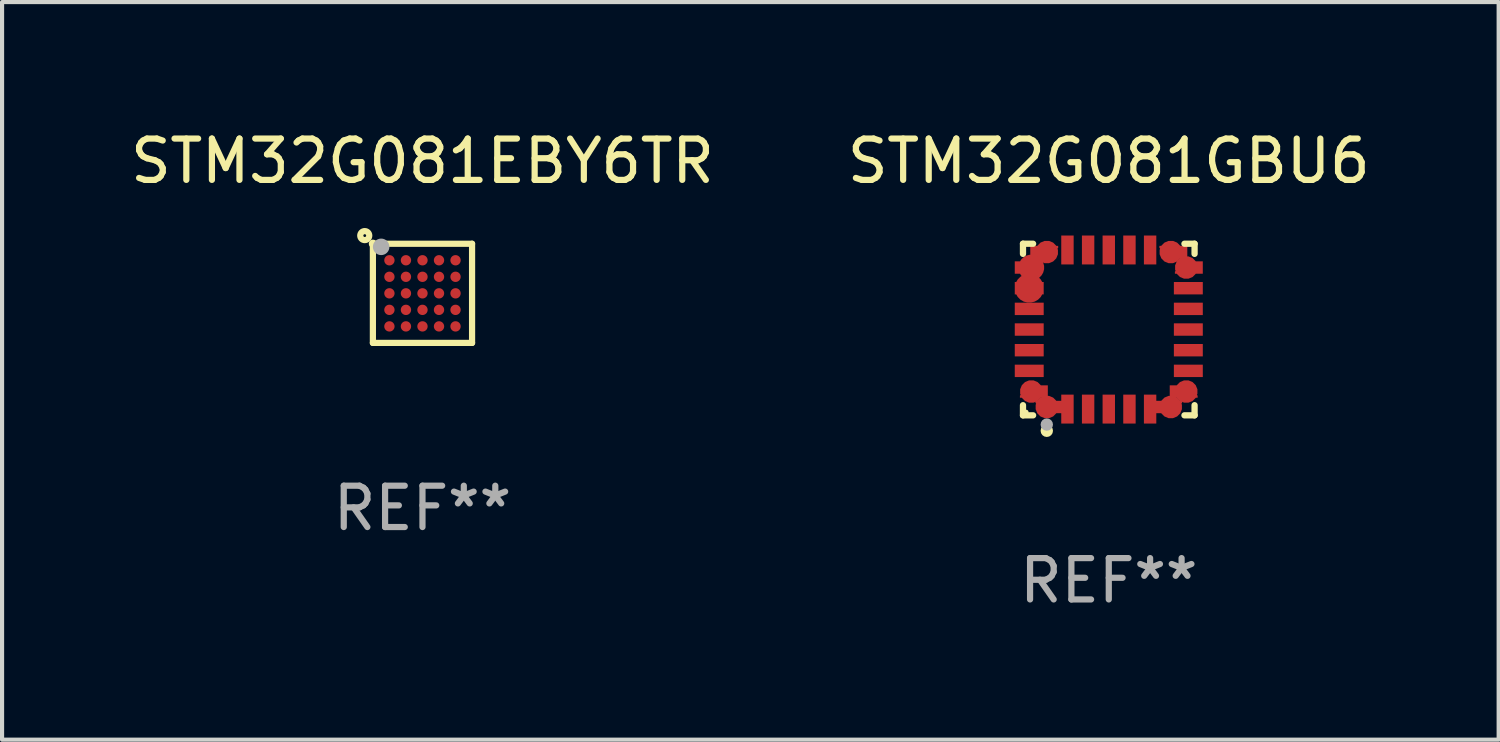
<source format=kicad_pcb>
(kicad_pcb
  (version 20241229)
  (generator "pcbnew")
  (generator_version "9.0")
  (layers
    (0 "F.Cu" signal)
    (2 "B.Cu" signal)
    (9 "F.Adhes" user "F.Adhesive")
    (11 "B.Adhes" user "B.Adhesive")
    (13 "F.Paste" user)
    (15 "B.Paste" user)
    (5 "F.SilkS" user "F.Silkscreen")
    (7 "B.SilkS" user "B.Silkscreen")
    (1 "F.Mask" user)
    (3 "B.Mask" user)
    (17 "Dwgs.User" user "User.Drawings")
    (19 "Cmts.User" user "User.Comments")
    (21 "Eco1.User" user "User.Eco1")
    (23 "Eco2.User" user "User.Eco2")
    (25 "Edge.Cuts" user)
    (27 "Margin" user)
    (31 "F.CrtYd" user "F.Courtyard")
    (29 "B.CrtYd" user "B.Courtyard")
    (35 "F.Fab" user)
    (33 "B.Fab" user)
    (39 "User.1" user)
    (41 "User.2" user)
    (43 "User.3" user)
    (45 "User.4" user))
  (footprint "STM32G081EBY6TR"
    (layer "F.Cu")
    (at 7.173 4.048)
    (property "Reference" "STM32G081EBY6TR" (at 0 -3.2 0) (layer "F.SilkS") (effects (font (size 1 1) (thickness 0.15))))
    (attr through_hole)
    (fp_line (start -1.2 -1.2) (end -1.2 1.2) (stroke (width 0.15) (type solid)) (layer "F.SilkS"))
    (fp_line (start -1.2 1.2) (end 1.2 1.2) (stroke (width 0.15) (type solid)) (layer "F.SilkS"))
    (fp_line (start 1.2 -1.2) (end -1.2 -1.2) (stroke (width 0.15) (type solid)) (layer "F.SilkS"))
    (fp_line (start 1.2 1.2) (end 1.2 -1.2) (stroke (width 0.15) (type solid)) (layer "F.SilkS"))
    (fp_circle (center -1.397 -1.397) (end -1.363 -1.397) (stroke (width 0.15) (type solid)) (fill no) (layer "F.SilkS"))
    (fp_circle (center -1.2 -1.2) (end -1.15 -1.2) (stroke (width 0.1) (type solid)) (fill no) (layer "F.SilkS"))
    (fp_circle (center -1 -1.125) (end -0.9 -1.125) (stroke (width 0.2) (type solid)) (fill no) (layer "F.Fab"))
    (fp_text user "REF**" (at 0 5.2 0) (layer "F.Fab") (effects (font (size 1 1) (thickness 0.15))))
    (pad "A1" smd circle (at -0.8 -0.8) (size 0.25 0.25) (layers "F.Cu" "F.Mask" "F.Paste"))
    (pad "A2" smd circle (at -0.4 -0.8) (size 0.25 0.25) (layers "F.Cu" "F.Mask" "F.Paste"))
    (pad "A3" smd circle (at 0.000102 -0.8) (size 0.25 0.25) (layers "F.Cu" "F.Mask" "F.Paste"))
    (pad "A4" smd circle (at 0.4 -0.8) (size 0.25 0.25) (layers "F.Cu" "F.Mask" "F.Paste"))
    (pad "A5" smd circle (at 0.8 -0.8) (size 0.25 0.25) (layers "F.Cu" "F.Mask" "F.Paste"))
    (pad "B1" smd circle (at -0.8 -0.4) (size 0.25 0.25) (layers "F.Cu" "F.Mask" "F.Paste"))
    (pad "B2" smd circle (at -0.4 -0.4) (size 0.25 0.25) (layers "F.Cu" "F.Mask" "F.Paste"))
    (pad "B3" smd circle (at 0.000102 -0.4) (size 0.25 0.25) (layers "F.Cu" "F.Mask" "F.Paste"))
    (pad "B4" smd circle (at 0.4 -0.4) (size 0.25 0.25) (layers "F.Cu" "F.Mask" "F.Paste"))
    (pad "B5" smd circle (at 0.8 -0.4) (size 0.25 0.25) (layers "F.Cu" "F.Mask" "F.Paste"))
    (pad "C1" smd circle (at -0.8 0.000102) (size 0.25 0.25) (layers "F.Cu" "F.Mask" "F.Paste"))
    (pad "C2" smd circle (at -0.4 0.000102) (size 0.25 0.25) (layers "F.Cu" "F.Mask" "F.Paste"))
    (pad "C3" smd circle (at 0.000102 0.000102) (size 0.25 0.25) (layers "F.Cu" "F.Mask" "F.Paste"))
    (pad "C4" smd circle (at 0.4 0.000102) (size 0.25 0.25) (layers "F.Cu" "F.Mask" "F.Paste"))
    (pad "C5" smd circle (at 0.8 0.000102) (size 0.25 0.25) (layers "F.Cu" "F.Mask" "F.Paste"))
    (pad "D1" smd circle (at -0.8 0.4) (size 0.25 0.25) (layers "F.Cu" "F.Mask" "F.Paste"))
    (pad "D2" smd circle (at -0.4 0.4) (size 0.25 0.25) (layers "F.Cu" "F.Mask" "F.Paste"))
    (pad "D3" smd circle (at 0.000102 0.4) (size 0.25 0.25) (layers "F.Cu" "F.Mask" "F.Paste"))
    (pad "D4" smd circle (at 0.4 0.4) (size 0.25 0.25) (layers "F.Cu" "F.Mask" "F.Paste"))
    (pad "D5" smd circle (at 0.8 0.4) (size 0.25 0.25) (layers "F.Cu" "F.Mask" "F.Paste"))
    (pad "E1" smd circle (at -0.8 0.8) (size 0.25 0.25) (layers "F.Cu" "F.Mask" "F.Paste"))
    (pad "E2" smd circle (at -0.4 0.8) (size 0.25 0.25) (layers "F.Cu" "F.Mask" "F.Paste"))
    (pad "E3" smd circle (at 0.000102 0.8) (size 0.25 0.25) (layers "F.Cu" "F.Mask" "F.Paste"))
    (pad "E4" smd circle (at 0.4 0.8) (size 0.25 0.25) (layers "F.Cu" "F.Mask" "F.Paste"))
    (pad "E5" smd circle (at 0.8 0.8) (size 0.25 0.25) (layers "F.Cu" "F.Mask" "F.Paste")))
  (footprint "STM32G081GBU6"
    (layer "F.Cu")
    (at 23.78 4.924)
    (property "Reference" "STM32G081GBU6" (at 0 -4.076 0) (layer "F.SilkS") (effects (font (size 1 1) (thickness 0.15))))
    (attr through_hole)
    (fp_line (start -2.076 -2.076) (end -1.831 -2.076) (stroke (width 0.152) (type solid)) (layer "F.SilkS"))
    (fp_line (start -2.076 -1.831) (end -2.076 -2.076) (stroke (width 0.152) (type solid)) (layer "F.SilkS"))
    (fp_line (start -2.076 1.831) (end -2.076 2.076) (stroke (width 0.152) (type solid)) (layer "F.SilkS"))
    (fp_line (start -2.076 2.076) (end -1.831 2.076) (stroke (width 0.152) (type solid)) (layer "F.SilkS"))
    (fp_line (start 2.076 -2.076) (end 1.831 -2.076) (stroke (width 0.152) (type solid)) (layer "F.SilkS"))
    (fp_line (start 2.076 -1.831) (end 2.076 -2.076) (stroke (width 0.152) (type solid)) (layer "F.SilkS"))
    (fp_line (start 2.076 1.831) (end 2.076 2.076) (stroke (width 0.152) (type solid)) (layer "F.SilkS"))
    (fp_line (start 2.076 2.076) (end 1.831 2.076) (stroke (width 0.152) (type solid)) (layer "F.SilkS"))
    (fp_circle (center -2 2) (end -1.97 2) (stroke (width 0.06) (type solid)) (fill no) (layer "F.SilkS"))
    (fp_circle (center -1.5 2.45) (end -1.425 2.45) (stroke (width 0.15) (type solid)) (fill no) (layer "F.SilkS"))
    (fp_circle (center -1.5 2.3) (end -1.425 2.3) (stroke (width 0.15) (type solid)) (fill no) (layer "F.Fab"))
    (fp_text user "REF**" (at 0 6.076 0) (layer "F.Fab") (effects (font (size 1 1) (thickness 0.15))))
    (pad "1" smd custom (at -1.5 1.875 90) (size 0.55 0.3) (layers "F.Cu" "F.Mask" "F.Paste") (options (anchor circle)) (primitives (gr_poly (pts (xy -0.15 -0.025) (xy -0.15 0.4) (xy 0.15 0.4) (xy 0.15 -0.275) (xy 0.1 -0.275)) (width 0) (fill yes))))
    (pad "2" smd rect (at -1 1.925) (size 0.3 0.7) (layers "F.Cu" "F.Mask" "F.Paste"))
    (pad "3" smd rect (at -0.5 1.925) (size 0.3 0.7) (layers "F.Cu" "F.Mask" "F.Paste"))
    (pad "4" smd rect (at 0 1.925) (size 0.3 0.7) (layers "F.Cu" "F.Mask" "F.Paste"))
    (pad "5" smd rect (at 0.5 1.925) (size 0.3 0.7) (layers "F.Cu" "F.Mask" "F.Paste"))
    (pad "6" smd rect (at 1 1.925) (size 0.3 0.7) (layers "F.Cu" "F.Mask" "F.Paste"))
    (pad "7" smd custom (at 1.5 1.875 270) (size 0.55 0.3) (layers "F.Cu" "F.Mask" "F.Paste") (options (anchor circle)) (primitives (gr_poly (pts (xy 0.15 -0.025) (xy 0.15 0.4) (xy -0.15 0.4) (xy -0.15 -0.275) (xy -0.1 -0.275)) (width 0) (fill yes))))
    (pad "8" smd custom (at 1.875 1.5 180) (size 0.55 0.3) (layers "F.Cu" "F.Mask" "F.Paste") (options (anchor circle)) (primitives (gr_poly (pts (xy -0.025 0.15) (xy 0.4 0.15) (xy 0.4 -0.15) (xy -0.275 -0.15) (xy -0.275 -0.1)) (width 0) (fill yes))))
    (pad "9" smd rect (at 1.925 1) (size 0.7 0.3) (layers "F.Cu" "F.Mask" "F.Paste"))
    (pad "10" smd rect (at 1.925 0.5) (size 0.7 0.3) (layers "F.Cu" "F.Mask" "F.Paste"))
    (pad "11" smd rect (at 1.925 0) (size 0.7 0.3) (layers "F.Cu" "F.Mask" "F.Paste"))
    (pad "12" smd rect (at 1.925 -0.5) (size 0.7 0.3) (layers "F.Cu" "F.Mask" "F.Paste"))
    (pad "13" smd rect (at 1.925 -1) (size 0.7 0.3) (layers "F.Cu" "F.Mask" "F.Paste"))
    (pad "14" smd custom (at 1.875 -1.5) (size 0.55 0.3) (layers "F.Cu" "F.Mask" "F.Paste") (options (anchor circle)) (primitives (gr_poly (pts (xy -0.025 -0.15) (xy 0.4 -0.15) (xy 0.4 0.15) (xy -0.275 0.15) (xy -0.275 0.1)) (width 0) (fill yes))))
    (pad "15" smd custom (at 1.5 -1.875 270) (size 0.55 0.3) (layers "F.Cu" "F.Mask" "F.Paste") (options (anchor circle)) (primitives (gr_poly (pts (xy 0.15 0.025) (xy 0.15 -0.4) (xy -0.15 -0.4) (xy -0.15 0.275) (xy -0.1 0.275)) (width 0) (fill yes))))
    (pad "16" smd rect (at 1 -1.925) (size 0.3 0.7) (layers "F.Cu" "F.Mask" "F.Paste"))
    (pad "17" smd rect (at 0.5 -1.925) (size 0.3 0.7) (layers "F.Cu" "F.Mask" "F.Paste"))
    (pad "18" smd rect (at 0 -1.925) (size 0.3 0.7) (layers "F.Cu" "F.Mask" "F.Paste"))
    (pad "19" smd rect (at -0.5 -1.925) (size 0.3 0.7) (layers "F.Cu" "F.Mask" "F.Paste"))
    (pad "20" smd rect (at -1 -1.925) (size 0.3 0.7) (layers "F.Cu" "F.Mask" "F.Paste"))
    (pad "21" smd custom (at -1.5 -1.875 90) (size 0.55 0.3) (layers "F.Cu" "F.Mask" "F.Paste") (options (anchor circle)) (primitives (gr_poly (pts (xy -0.15 0.025) (xy -0.15 -0.4) (xy 0.15 -0.4) (xy 0.15 0.275) (xy 0.1 0.275)) (width 0) (fill yes))))
    (pad "22" smd custom (at -1.875 -1.5) (size 0.625 0.3) (layers "F.Cu" "F.Mask" "F.Paste") (options (anchor circle)) (primitives (gr_poly (pts (xy 0.025 -0.15) (xy -0.4 -0.15) (xy -0.4 0.15) (xy 0.275 0.15) (xy 0.275 0.1)) (width 0) (fill yes))))
    (pad "23" smd custom (at -1.925 -1) (size 0.7 0.3) (layers "F.Cu" "F.Mask" "F.Paste") (options (anchor circle)) (primitives (gr_poly (pts (xy -0.35 -0.15) (xy 0.35 -0.15) (xy 0.35 0.15) (xy -0.35 0.15)) (width 0) (fill yes))))
    (pad "24" smd rect (at -1.925 -0.5) (size 0.7 0.3) (layers "F.Cu" "F.Mask" "F.Paste"))
    (pad "25" smd rect (at -1.925 0) (size 0.7 0.3) (layers "F.Cu" "F.Mask" "F.Paste"))
    (pad "26" smd rect (at -1.925 0.5) (size 0.7 0.3) (layers "F.Cu" "F.Mask" "F.Paste"))
    (pad "27" smd rect (at -1.925 1) (size 0.7 0.3) (layers "F.Cu" "F.Mask" "F.Paste"))
    (pad "28" smd custom (at -1.875 1.5 180) (size 0.55 0.3) (layers "F.Cu" "F.Mask" "F.Paste") (options (anchor circle)) (primitives (gr_poly (pts (xy 0.025 0.15) (xy -0.4 0.15) (xy -0.4 -0.15) (xy 0.275 -0.15) (xy 0.275 -0.1)) (width 0) (fill yes)))))
  (gr_rect
    (start -3 -3)
    (end 33.214 14.849)
    (stroke (width 0.1) (type default))
    (fill no)
    (layer "Edge.Cuts")))
</source>
